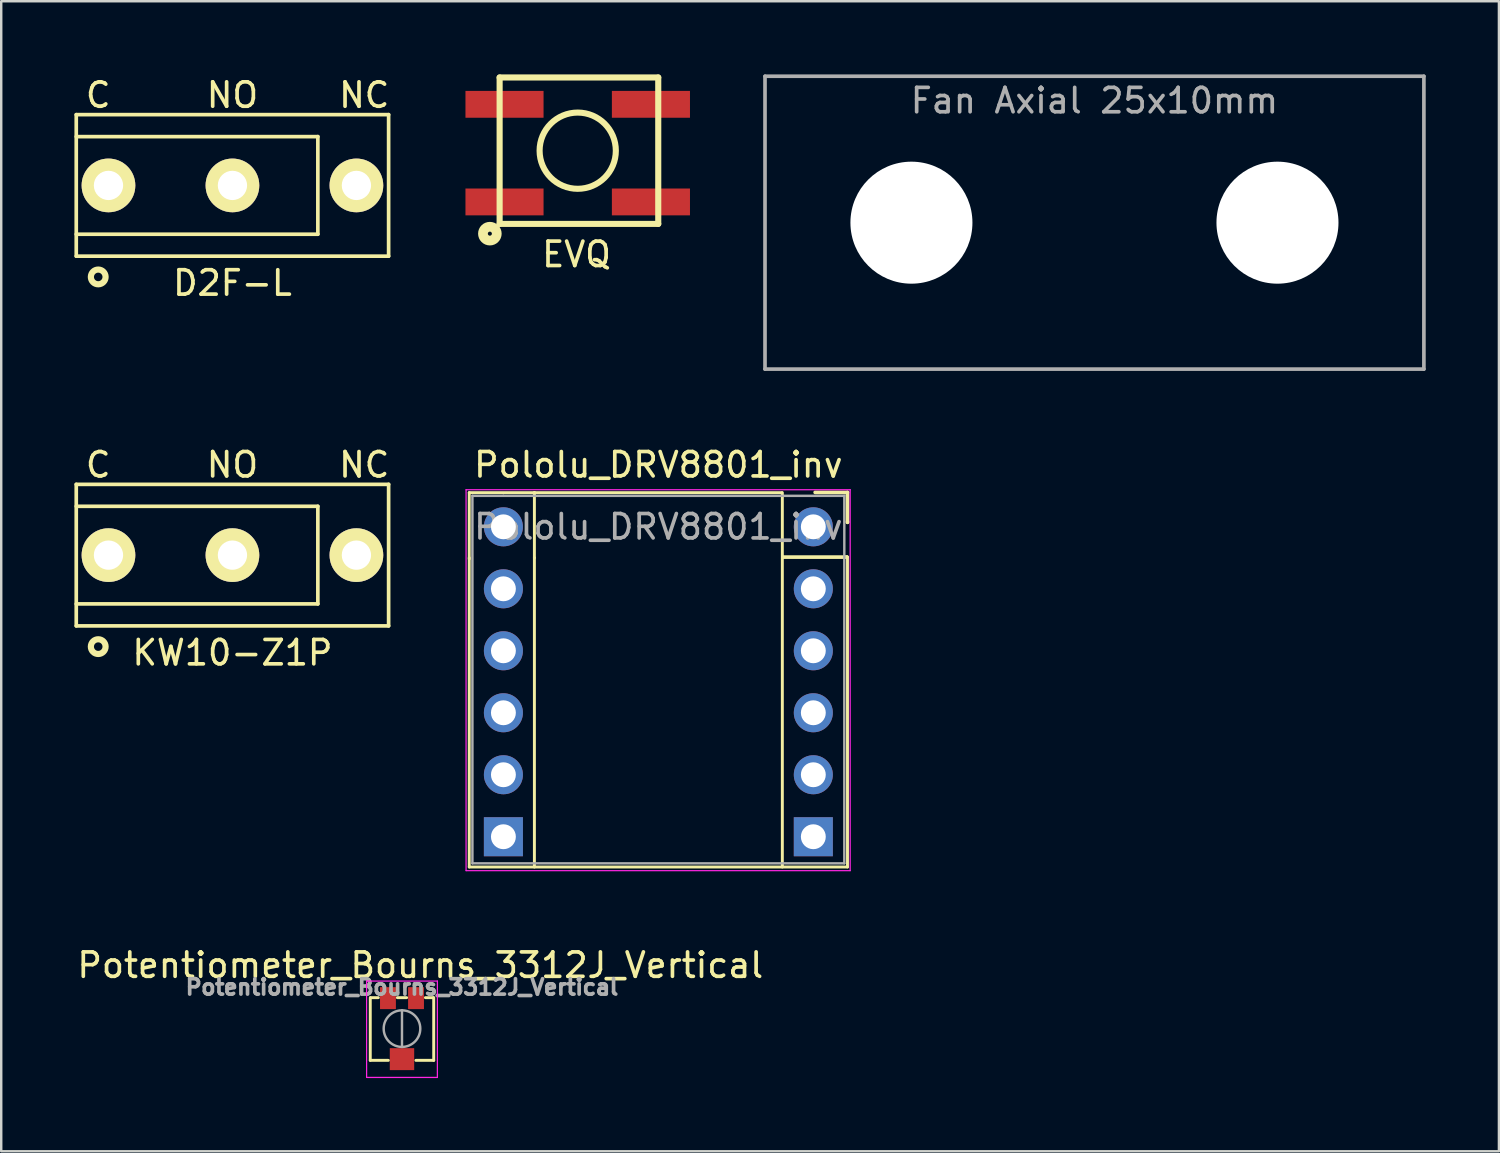
<source format=kicad_pcb>
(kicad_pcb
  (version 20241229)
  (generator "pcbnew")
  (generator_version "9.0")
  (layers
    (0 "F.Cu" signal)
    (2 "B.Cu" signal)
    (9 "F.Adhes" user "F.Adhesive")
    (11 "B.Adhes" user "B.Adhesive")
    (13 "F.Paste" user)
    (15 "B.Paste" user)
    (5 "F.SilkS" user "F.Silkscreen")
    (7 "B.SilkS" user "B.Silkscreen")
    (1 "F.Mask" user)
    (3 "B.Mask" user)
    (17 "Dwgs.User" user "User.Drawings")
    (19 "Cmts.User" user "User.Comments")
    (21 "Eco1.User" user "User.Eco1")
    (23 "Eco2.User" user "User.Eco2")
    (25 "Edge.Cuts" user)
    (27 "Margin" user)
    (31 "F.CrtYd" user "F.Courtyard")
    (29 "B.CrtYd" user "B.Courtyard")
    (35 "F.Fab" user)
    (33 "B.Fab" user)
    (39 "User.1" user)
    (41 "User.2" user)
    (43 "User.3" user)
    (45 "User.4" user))
  (footprint "Potentiometer_Bourns_3312J_Vertical"
    (layer "F.Cu")
    (at 13.423 39.102)
    (property "Reference" "Potentiometer_Bourns_3312J_Vertical" (at 0.75 -2.6 0) (layer "F.SilkS") (effects (font (size 1 1) (thickness 0.15))))
    (attr smd)
    (fp_line (start -1.3 -1.27) (end -1.3 1.3) (stroke (width 0.12) (type solid)) (layer "F.SilkS"))
    (fp_line (start -1.3 1.3) (end -0.56 1.3) (stroke (width 0.12) (type solid)) (layer "F.SilkS"))
    (fp_line (start -1.281 -1.27) (end -0.97 -1.27) (stroke (width 0.12) (type solid)) (layer "F.SilkS"))
    (fp_line (start -0.19 -1.27) (end 0.19 -1.27) (stroke (width 0.12) (type solid)) (layer "F.SilkS"))
    (fp_line (start 0.96 -1.27) (end 1.28 -1.27) (stroke (width 0.12) (type solid)) (layer "F.SilkS"))
    (fp_line (start 1.3 -1.27) (end 1.3 1.3) (stroke (width 0.12) (type solid)) (layer "F.SilkS"))
    (fp_line (start 1.3 1.3) (end 0.57 1.3) (stroke (width 0.12) (type solid)) (layer "F.SilkS"))
    (fp_line (start -1.45 -1.95) (end -1.45 2) (stroke (width 0.05) (type solid)) (layer "F.CrtYd"))
    (fp_line (start -1.45 2) (end 1.45 2) (stroke (width 0.05) (type solid)) (layer "F.CrtYd"))
    (fp_line (start 1.45 -1.95) (end -1.45 -1.95) (stroke (width 0.05) (type solid)) (layer "F.CrtYd"))
    (fp_line (start 1.45 2) (end 1.45 -1.95) (stroke (width 0.05) (type solid)) (layer "F.CrtYd"))
    (fp_line (start 0 0.75) (end 0 -0.75) (stroke (width 0.1) (type solid)) (layer "F.Fab"))
    (fp_circle (center 0 0) (end 0.75 0) (stroke (width 0.1) (type solid)) (fill no) (layer "F.Fab"))
    (fp_text user "${REFERENCE}" (at 0 -1.7 0) (layer "F.Fab") (effects (font (size 0.63 0.63) (thickness 0.15))))
    (pad "1" smd rect (at 0.575 -1.25) (size 0.65 0.9) (layers "F.Cu" "F.Mask" "F.Paste"))
    (pad "2" smd rect (at 0 1.25) (size 1 0.9) (layers "F.Cu" "F.Mask" "F.Paste"))
    (pad "3" smd rect (at -0.575 -1.25) (size 0.65 0.9) (layers "F.Cu" "F.Mask" "F.Paste")))
  (footprint "Fan Axial 25x10mm"
    (layer "F.Cu")
    (at 41.799 6.075)
    (property "Reference" "Fan Axial 25x10mm" (at 0 -5 0) (layer "F.Fab") (effects (font (size 1 1) (thickness 0.15))))
    (attr through_hole)
    (fp_line (start -13.5 -6) (end -13.5 6) (stroke (width 0.15) (type solid)) (layer "F.Fab"))
    (fp_line (start -13.5 6) (end 13.5 6) (stroke (width 0.15) (type solid)) (layer "F.Fab"))
    (fp_line (start 13.5 -6) (end -13.5 -6) (stroke (width 0.15) (type solid)) (layer "F.Fab"))
    (fp_line (start 13.5 6) (end 13.5 -6) (stroke (width 0.15) (type solid)) (layer "F.Fab"))
    (pad "" np_thru_hole circle (at -7.5 0) (size 5 5) (drill 5) (layers "*.Cu" "*.Mask"))
    (pad "" np_thru_hole circle (at 7.5 0) (size 5 5) (drill 5) (layers "*.Cu" "*.Mask")))
  (footprint "Pololu_DRV8801_inv"
    (layer "F.Cu")
    (at 23.929 27.428)
    (property "Reference" "Pololu_DRV8801_inv" (at 0 -11.43 0) (layer "F.SilkS") (effects (font (size 1 1) (thickness 0.15))))
    (attr through_hole)
    (fp_line (start -7.75 -10.29) (end -7.75 -7.575) (stroke (width 0.12) (type solid)) (layer "F.SilkS"))
    (fp_line (start -7.75 -7.62) (end -7.75 5.05) (stroke (width 0.12) (type solid)) (layer "F.SilkS"))
    (fp_line (start -7.75 5.05) (end 7.75 5.05) (stroke (width 0.12) (type solid)) (layer "F.SilkS"))
    (fp_line (start -5.08 -10.29) (end -5.08 -7.62) (stroke (width 0.12) (type solid)) (layer "F.SilkS"))
    (fp_line (start -5.08 -7.62) (end -5.08 5.05) (stroke (width 0.12) (type solid)) (layer "F.SilkS"))
    (fp_line (start -5.075 -10.29) (end -7.75 -10.29) (stroke (width 0.12) (type solid)) (layer "F.SilkS"))
    (fp_line (start 5.05 -10.29) (end -5.08 -10.29) (stroke (width 0.12) (type solid)) (layer "F.SilkS"))
    (fp_line (start 5.08 -10.29) (end 5.08 5.05) (stroke (width 0.12) (type solid)) (layer "F.SilkS"))
    (fp_line (start 5.1 -7.65) (end 7.73 -7.65) (stroke (width 0.15) (type solid)) (layer "F.SilkS"))
    (fp_line (start 6.425 -10.3) (end 7.75 -10.3) (stroke (width 0.15) (type solid)) (layer "F.SilkS"))
    (fp_line (start 7.7 -7.65) (end 7.725 -7.65) (stroke (width 0.15) (type solid)) (layer "F.SilkS"))
    (fp_line (start 7.75 -10.3) (end 7.75 -9.075) (stroke (width 0.15) (type solid)) (layer "F.SilkS"))
    (fp_line (start 7.75 -9.075) (end 7.75 -9.1) (stroke (width 0.15) (type solid)) (layer "F.SilkS"))
    (fp_line (start 7.75 5.05) (end 7.75 -7.65) (stroke (width 0.12) (type solid)) (layer "F.SilkS"))
    (fp_line (start -7.88 -10.41) (end -7.88 5.2) (stroke (width 0.05) (type solid)) (layer "F.CrtYd"))
    (fp_line (start -7.88 -10.41) (end 7.86 -10.41) (stroke (width 0.05) (type solid)) (layer "F.CrtYd"))
    (fp_line (start 7.86 5.2) (end -7.88 5.2) (stroke (width 0.05) (type solid)) (layer "F.CrtYd"))
    (fp_line (start 7.86 5.2) (end 7.86 -10.41) (stroke (width 0.05) (type solid)) (layer "F.CrtYd"))
    (fp_line (start -7.62 -10.16) (end -6.35 -10.16) (stroke (width 0.1) (type solid)) (layer "F.Fab"))
    (fp_line (start -7.62 4.9) (end -7.62 -10.16) (stroke (width 0.1) (type solid)) (layer "F.Fab"))
    (fp_line (start -6.35 -10.16) (end 7.62 -10.16) (stroke (width 0.1) (type solid)) (layer "F.Fab"))
    (fp_line (start 7.62 -10.16) (end 7.62 4.9) (stroke (width 0.1) (type solid)) (layer "F.Fab"))
    (fp_line (start 7.62 4.9) (end -7.62 4.9) (stroke (width 0.1) (type solid)) (layer "F.Fab"))
    (fp_text user "${REFERENCE}" (at 0 -8.89 0) (layer "F.Fab") (effects (font (size 1 1) (thickness 0.15))))
    (pad "1" thru_hole oval (at 6.35 -8.89) (size 1.6 1.6) (drill 1.02) (layers "*.Cu" "*.Mask"))
    (pad "2" thru_hole oval (at 6.35 -6.35) (size 1.6 1.6) (drill 1.02) (layers "*.Cu" "*.Mask"))
    (pad "3" thru_hole oval (at 6.35 -3.81) (size 1.6 1.6) (drill 1.02) (layers "*.Cu" "*.Mask"))
    (pad "4" thru_hole oval (at 6.35 -1.27) (size 1.6 1.6) (drill 1.02) (layers "*.Cu" "*.Mask"))
    (pad "5" thru_hole oval (at 6.35 1.27) (size 1.6 1.6) (drill 1.02) (layers "*.Cu" "*.Mask"))
    (pad "6" thru_hole rect (at 6.35 3.81) (size 1.6 1.6) (drill 1.02) (layers "*.Cu" "*.Mask"))
    (pad "7" thru_hole rect (at -6.35 3.81) (size 1.6 1.6) (drill 1.02) (layers "*.Cu" "*.Mask"))
    (pad "8" thru_hole oval (at -6.35 1.27) (size 1.6 1.6) (drill 1.02) (layers "*.Cu" "*.Mask"))
    (pad "9" thru_hole oval (at -6.35 -1.27) (size 1.6 1.6) (drill 1.02) (layers "*.Cu" "*.Mask"))
    (pad "10" thru_hole oval (at -6.35 -3.81) (size 1.6 1.6) (drill 1.02) (layers "*.Cu" "*.Mask"))
    (pad "11" thru_hole oval (at -6.35 -6.35) (size 1.6 1.6) (drill 1.02) (layers "*.Cu" "*.Mask"))
    (pad "12" thru_hole circle (at -6.35 -8.89) (size 1.6 1.6) (drill 1.02) (layers "*.Cu" "*.Mask")))
  (footprint "EVQ"
    (layer "F.Cu")
    (at 20.624 3.225)
    (property "Reference" "EVQ" (at -0.05 4.15 0) (layer "F.SilkS") (effects (font (size 1 1) (thickness 0.15))))
    (attr through_hole)
    (fp_line (start -3.2 -3.1) (end 3.3 -3.1) (stroke (width 0.25) (type solid)) (layer "F.SilkS"))
    (fp_line (start -3.2 2.9) (end -3.2 -3.1) (stroke (width 0.25) (type solid)) (layer "F.SilkS"))
    (fp_line (start 3.3 -3.1) (end 3.3 2.9) (stroke (width 0.25) (type solid)) (layer "F.SilkS"))
    (fp_line (start 3.3 2.9) (end -3.2 2.9) (stroke (width 0.25) (type solid)) (layer "F.SilkS"))
    (fp_circle (center -3.6 3.3) (end -3.4 3.5) (stroke (width 0.4) (type solid)) (fill no) (layer "F.SilkS"))
    (fp_circle (center 0 -0.1) (end -1.2 -1.1) (stroke (width 0.25) (type solid)) (fill no) (layer "F.SilkS"))
    (pad "1" smd rect (at -3 2) (size 3.2 1.1) (layers "F.Cu" "F.Mask" "F.Paste"))
    (pad "2" smd rect (at 3 2) (size 3.2 1.1) (layers "F.Cu" "F.Mask" "F.Paste"))
    (pad "3" smd rect (at -3 -2) (size 3.2 1.1) (layers "F.Cu" "F.Mask" "F.Paste"))
    (pad "4" smd rect (at 3 -2) (size 3.2 1.1) (layers "F.Cu" "F.Mask" "F.Paste")))
  (footprint "KW10-Z1P"
    (layer "F.Cu")
    (at 6.475 19.698)
    (property "Reference" "KW10-Z1P" (at 0 4 0) (layer "F.SilkS") (effects (font (size 1 1) (thickness 0.15))))
    (attr through_hole)
    (fp_line (start -6.4 -2.9) (end 6.4 -2.9) (stroke (width 0.15) (type solid)) (layer "F.SilkS"))
    (fp_line (start -6.4 -2) (end 3.5 -2) (stroke (width 0.15) (type solid)) (layer "F.SilkS"))
    (fp_line (start -6.4 2.9) (end -6.4 -2.9) (stroke (width 0.15) (type solid)) (layer "F.SilkS"))
    (fp_line (start 3.5 -2) (end 3.5 2) (stroke (width 0.15) (type solid)) (layer "F.SilkS"))
    (fp_line (start 3.5 2) (end -6.4 2) (stroke (width 0.15) (type solid)) (layer "F.SilkS"))
    (fp_line (start 6.4 -2.9) (end 6.4 2.9) (stroke (width 0.15) (type solid)) (layer "F.SilkS"))
    (fp_line (start 6.4 2.9) (end -6.4 2.9) (stroke (width 0.15) (type solid)) (layer "F.SilkS"))
    (fp_circle (center -5.5 3.75) (end -5.75 4) (stroke (width 0.15) (type solid)) (fill no) (layer "F.SilkS"))
    (fp_circle (center -5.5 3.75) (end -5.5 4) (stroke (width 0.15) (type solid)) (fill no) (layer "F.SilkS"))
    (fp_text user "NC" (at 5.4 -3.7 0) (layer "F.SilkS") (effects (font (size 1 1) (thickness 0.15))))
    (fp_text user "NO" (at 0 -3.7 0) (layer "F.SilkS") (effects (font (size 1 1) (thickness 0.15))))
    (fp_text user "C" (at -5.5 -3.7 0) (layer "F.SilkS") (effects (font (size 1 1) (thickness 0.15))))
    (pad "1" thru_hole circle (at 5.08 0) (size 2.2 2.2) (drill 1.2) (layers "*.Cu" "*.Mask" "F.SilkS"))
    (pad "2" thru_hole circle (at -5.08 0) (size 2.2 2.2) (drill 1.2) (layers "*.Cu" "*.Mask" "F.SilkS"))
    (pad "3" thru_hole circle (at 0 0) (size 2.2 2.2) (drill 1.2) (layers "*.Cu" "*.Mask" "F.SilkS")))
  (footprint "D2F-L"
    (layer "F.Cu")
    (at 6.475 4.548)
    (property "Reference" "D2F-L" (at 0 4 0) (layer "F.SilkS") (effects (font (size 1 1) (thickness 0.15))))
    (attr through_hole)
    (fp_line (start -6.4 -2.9) (end 6.4 -2.9) (stroke (width 0.15) (type solid)) (layer "F.SilkS"))
    (fp_line (start -6.4 -2) (end 3.5 -2) (stroke (width 0.15) (type solid)) (layer "F.SilkS"))
    (fp_line (start -6.4 2.9) (end -6.4 -2.9) (stroke (width 0.15) (type solid)) (layer "F.SilkS"))
    (fp_line (start 3.5 -2) (end 3.5 2) (stroke (width 0.15) (type solid)) (layer "F.SilkS"))
    (fp_line (start 3.5 2) (end -6.4 2) (stroke (width 0.15) (type solid)) (layer "F.SilkS"))
    (fp_line (start 6.4 -2.9) (end 6.4 2.9) (stroke (width 0.15) (type solid)) (layer "F.SilkS"))
    (fp_line (start 6.4 2.9) (end -6.4 2.9) (stroke (width 0.15) (type solid)) (layer "F.SilkS"))
    (fp_circle (center -5.5 3.75) (end -5.75 4) (stroke (width 0.15) (type solid)) (fill no) (layer "F.SilkS"))
    (fp_circle (center -5.5 3.75) (end -5.5 4) (stroke (width 0.15) (type solid)) (fill no) (layer "F.SilkS"))
    (fp_text user "NC" (at 5.4 -3.7 0) (layer "F.SilkS") (effects (font (size 1 1) (thickness 0.15))))
    (fp_text user "NO" (at 0 -3.7 0) (layer "F.SilkS") (effects (font (size 1 1) (thickness 0.15))))
    (fp_text user "C" (at -5.5 -3.7 0) (layer "F.SilkS") (effects (font (size 1 1) (thickness 0.15))))
    (pad "1" thru_hole circle (at 5.08 0) (size 2.2 2.2) (drill 1.2) (layers "*.Cu" "*.Mask" "F.SilkS"))
    (pad "2" thru_hole circle (at -5.08 0) (size 2.2 2.2) (drill 1.2) (layers "*.Cu" "*.Mask" "F.SilkS"))
    (pad "3" thru_hole circle (at 0 0) (size 2.2 2.2) (drill 1.2) (layers "*.Cu" "*.Mask" "F.SilkS")))
  (gr_rect
    (start -3 -3)
    (end 58.374 44.127)
    (stroke (width 0.1) (type default))
    (fill no)
    (layer "Edge.Cuts")))
</source>
